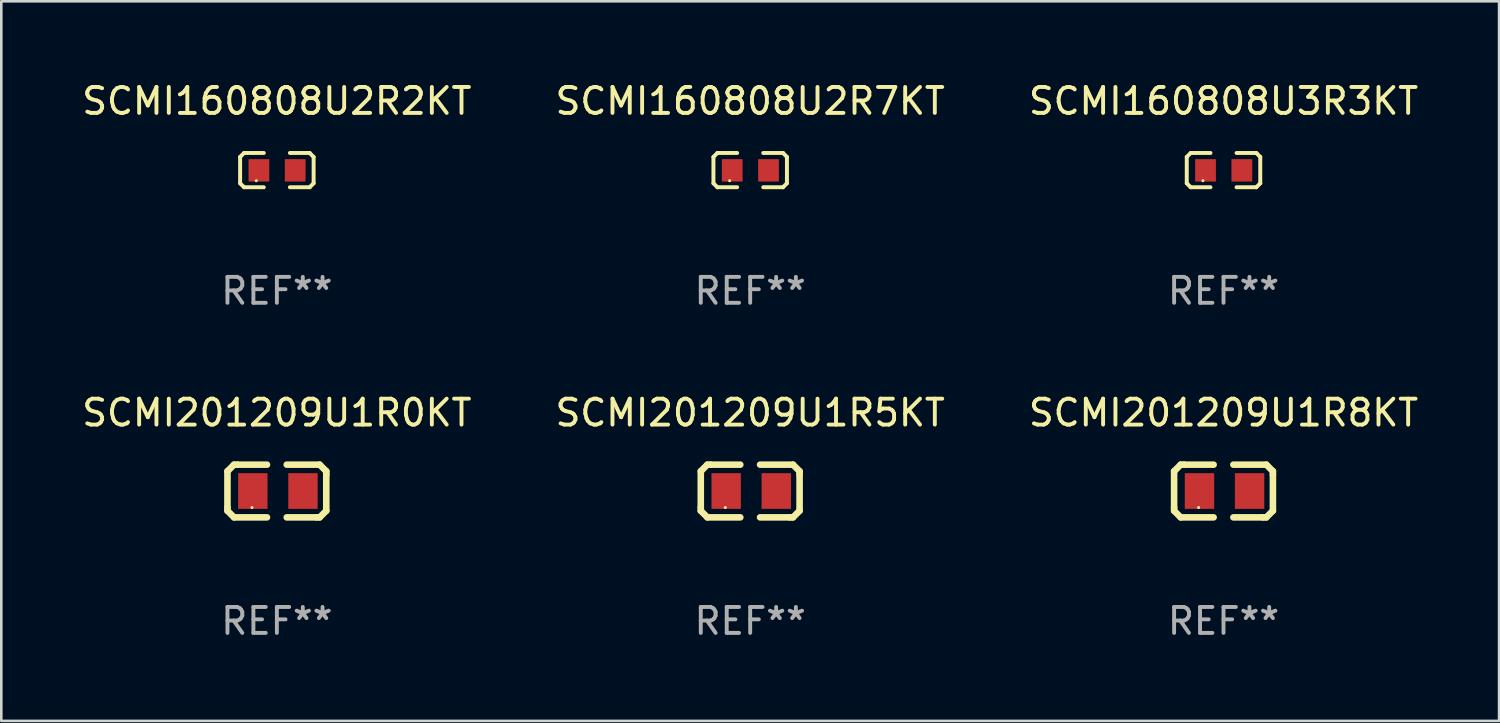
<source format=kicad_pcb>
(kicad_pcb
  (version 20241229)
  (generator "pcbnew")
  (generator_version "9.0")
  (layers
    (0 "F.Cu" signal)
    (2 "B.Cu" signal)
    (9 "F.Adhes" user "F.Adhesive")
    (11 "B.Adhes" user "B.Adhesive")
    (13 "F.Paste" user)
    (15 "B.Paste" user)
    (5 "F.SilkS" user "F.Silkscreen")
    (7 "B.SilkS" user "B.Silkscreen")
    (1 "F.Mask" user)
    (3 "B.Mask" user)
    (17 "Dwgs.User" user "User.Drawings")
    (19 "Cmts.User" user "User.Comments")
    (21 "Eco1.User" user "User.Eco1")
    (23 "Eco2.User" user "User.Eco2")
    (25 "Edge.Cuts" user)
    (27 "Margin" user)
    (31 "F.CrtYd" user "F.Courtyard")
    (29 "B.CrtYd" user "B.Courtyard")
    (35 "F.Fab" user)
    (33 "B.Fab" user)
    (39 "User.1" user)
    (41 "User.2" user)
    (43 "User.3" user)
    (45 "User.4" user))
  (footprint "SCMI160808U2R7KT"
    (layer "F.Cu")
    (at 25.875 3.509)
    (property "Reference" "SCMI160808U2R7KT" (at 0 -2.661 0) (layer "F.SilkS") (effects (font (size 1 1) (thickness 0.15))))
    (attr through_hole)
    (fp_line (start -1.417 -0.508) (end -1.265 -0.661) (stroke (width 0.152) (type solid)) (layer "F.SilkS"))
    (fp_line (start -1.417 0.508) (end -1.417 -0.508) (stroke (width 0.152) (type solid)) (layer "F.SilkS"))
    (fp_line (start -1.265 -0.661) (end -0.503 -0.661) (stroke (width 0.152) (type solid)) (layer "F.SilkS"))
    (fp_line (start -1.265 0.661) (end -1.417 0.508) (stroke (width 0.152) (type solid)) (layer "F.SilkS"))
    (fp_line (start -1.265 0.661) (end -0.503 0.661) (stroke (width 0.152) (type solid)) (layer "F.SilkS"))
    (fp_line (start 1.265 -0.661) (end 0.503 -0.661) (stroke (width 0.152) (type solid)) (layer "F.SilkS"))
    (fp_line (start 1.265 -0.661) (end 1.417 -0.508) (stroke (width 0.152) (type solid)) (layer "F.SilkS"))
    (fp_line (start 1.265 0.661) (end 0.503 0.661) (stroke (width 0.152) (type solid)) (layer "F.SilkS"))
    (fp_line (start 1.417 -0.508) (end 1.417 0.508) (stroke (width 0.152) (type solid)) (layer "F.SilkS"))
    (fp_line (start 1.417 0.508) (end 1.265 0.661) (stroke (width 0.152) (type solid)) (layer "F.SilkS"))
    (fp_circle (center -0.793 0.409) (end -0.763 0.409) (stroke (width 0.06) (type solid)) (fill no) (layer "F.SilkS"))
    (fp_text user "REF**" (at 0 4.661 0) (layer "F.Fab") (effects (font (size 1 1) (thickness 0.15))))
    (pad "1" smd rect (at -0.693 0.009 180) (size 0.8 0.864) (layers "F.Cu" "F.Mask" "F.Paste"))
    (pad "2" smd rect (at 0.707 0.009 180) (size 0.8 0.864) (layers "F.Cu" "F.Mask" "F.Paste")))
  (footprint "SCMI201209U1R5KT"
    (layer "F.Cu")
    (at 25.875 15.882)
    (property "Reference" "SCMI201209U1R5KT" (at 0 -3.016 0) (layer "F.SilkS") (effects (font (size 1 1) (thickness 0.15))))
    (attr through_hole)
    (fp_line (start -1.905 -0.762) (end -1.905 0.635) (stroke (width 0.254) (type solid)) (layer "F.SilkS"))
    (fp_line (start -1.905 0.635) (end -1.905 0.762) (stroke (width 0.254) (type solid)) (layer "F.SilkS"))
    (fp_line (start -1.905 0.762) (end -1.651 1.016) (stroke (width 0.254) (type solid)) (layer "F.SilkS"))
    (fp_line (start -1.651 -1.016) (end -1.905 -0.762) (stroke (width 0.254) (type solid)) (layer "F.SilkS"))
    (fp_line (start -1.651 1.016) (end -0.381 1.016) (stroke (width 0.254) (type solid)) (layer "F.SilkS"))
    (fp_line (start -1.524 -1.016) (end -1.651 -1.016) (stroke (width 0.254) (type solid)) (layer "F.SilkS"))
    (fp_line (start -0.381 -1.016) (end -1.524 -1.016) (stroke (width 0.254) (type solid)) (layer "F.SilkS"))
    (fp_line (start 0.381 1.016) (end 1.524 1.016) (stroke (width 0.254) (type solid)) (layer "F.SilkS"))
    (fp_line (start 1.524 1.016) (end 1.651 1.016) (stroke (width 0.254) (type solid)) (layer "F.SilkS"))
    (fp_line (start 1.651 -1.016) (end 0.381 -1.016) (stroke (width 0.254) (type solid)) (layer "F.SilkS"))
    (fp_line (start 1.651 1.016) (end 1.905 0.762) (stroke (width 0.254) (type solid)) (layer "F.SilkS"))
    (fp_line (start 1.905 -0.762) (end 1.651 -1.016) (stroke (width 0.254) (type solid)) (layer "F.SilkS"))
    (fp_line (start 1.905 -0.635) (end 1.905 -0.762) (stroke (width 0.254) (type solid)) (layer "F.SilkS"))
    (fp_line (start 1.905 0.762) (end 1.905 -0.635) (stroke (width 0.254) (type solid)) (layer "F.SilkS"))
    (fp_circle (center -0.96 0.637) (end -0.93 0.637) (stroke (width 0.06) (type solid)) (fill no) (layer "F.SilkS"))
    (fp_text user "REF**" (at 0 5.016 0) (layer "F.Fab") (effects (font (size 1 1) (thickness 0.15))))
    (pad "1" smd rect (at -0.926 -0.000051) (size 1.133 1.377) (layers "F.Cu" "F.Mask" "F.Paste"))
    (pad "2" smd rect (at 1.006 -0.000051) (size 1.133 1.377) (layers "F.Cu" "F.Mask" "F.Paste")))
  (footprint "SCMI160808U2R2KT"
    (layer "F.Cu")
    (at 7.625 3.509)
    (property "Reference" "SCMI160808U2R2KT" (at 0 -2.661 0) (layer "F.SilkS") (effects (font (size 1 1) (thickness 0.15))))
    (attr through_hole)
    (fp_line (start -1.417 -0.508) (end -1.265 -0.661) (stroke (width 0.152) (type solid)) (layer "F.SilkS"))
    (fp_line (start -1.417 0.508) (end -1.417 -0.508) (stroke (width 0.152) (type solid)) (layer "F.SilkS"))
    (fp_line (start -1.265 -0.661) (end -0.503 -0.661) (stroke (width 0.152) (type solid)) (layer "F.SilkS"))
    (fp_line (start -1.265 0.661) (end -1.417 0.508) (stroke (width 0.152) (type solid)) (layer "F.SilkS"))
    (fp_line (start -1.265 0.661) (end -0.503 0.661) (stroke (width 0.152) (type solid)) (layer "F.SilkS"))
    (fp_line (start 1.265 -0.661) (end 0.503 -0.661) (stroke (width 0.152) (type solid)) (layer "F.SilkS"))
    (fp_line (start 1.265 -0.661) (end 1.417 -0.508) (stroke (width 0.152) (type solid)) (layer "F.SilkS"))
    (fp_line (start 1.265 0.661) (end 0.503 0.661) (stroke (width 0.152) (type solid)) (layer "F.SilkS"))
    (fp_line (start 1.417 -0.508) (end 1.417 0.508) (stroke (width 0.152) (type solid)) (layer "F.SilkS"))
    (fp_line (start 1.417 0.508) (end 1.265 0.661) (stroke (width 0.152) (type solid)) (layer "F.SilkS"))
    (fp_circle (center -0.793 0.409) (end -0.763 0.409) (stroke (width 0.06) (type solid)) (fill no) (layer "F.SilkS"))
    (fp_text user "REF**" (at 0 4.661 0) (layer "F.Fab") (effects (font (size 1 1) (thickness 0.15))))
    (pad "1" smd rect (at -0.693 0.009 180) (size 0.8 0.864) (layers "F.Cu" "F.Mask" "F.Paste"))
    (pad "2" smd rect (at 0.707 0.009 180) (size 0.8 0.864) (layers "F.Cu" "F.Mask" "F.Paste")))
  (footprint "SCMI160808U3R3KT"
    (layer "F.Cu")
    (at 44.125 3.509)
    (property "Reference" "SCMI160808U3R3KT" (at 0 -2.661 0) (layer "F.SilkS") (effects (font (size 1 1) (thickness 0.15))))
    (attr through_hole)
    (fp_line (start -1.417 -0.508) (end -1.265 -0.661) (stroke (width 0.152) (type solid)) (layer "F.SilkS"))
    (fp_line (start -1.417 0.508) (end -1.417 -0.508) (stroke (width 0.152) (type solid)) (layer "F.SilkS"))
    (fp_line (start -1.265 -0.661) (end -0.503 -0.661) (stroke (width 0.152) (type solid)) (layer "F.SilkS"))
    (fp_line (start -1.265 0.661) (end -1.417 0.508) (stroke (width 0.152) (type solid)) (layer "F.SilkS"))
    (fp_line (start -1.265 0.661) (end -0.503 0.661) (stroke (width 0.152) (type solid)) (layer "F.SilkS"))
    (fp_line (start 1.265 -0.661) (end 0.503 -0.661) (stroke (width 0.152) (type solid)) (layer "F.SilkS"))
    (fp_line (start 1.265 -0.661) (end 1.417 -0.508) (stroke (width 0.152) (type solid)) (layer "F.SilkS"))
    (fp_line (start 1.265 0.661) (end 0.503 0.661) (stroke (width 0.152) (type solid)) (layer "F.SilkS"))
    (fp_line (start 1.417 -0.508) (end 1.417 0.508) (stroke (width 0.152) (type solid)) (layer "F.SilkS"))
    (fp_line (start 1.417 0.508) (end 1.265 0.661) (stroke (width 0.152) (type solid)) (layer "F.SilkS"))
    (fp_circle (center -0.793 0.409) (end -0.763 0.409) (stroke (width 0.06) (type solid)) (fill no) (layer "F.SilkS"))
    (fp_text user "REF**" (at 0 4.661 0) (layer "F.Fab") (effects (font (size 1 1) (thickness 0.15))))
    (pad "1" smd rect (at -0.693 0.009 180) (size 0.8 0.864) (layers "F.Cu" "F.Mask" "F.Paste"))
    (pad "2" smd rect (at 0.707 0.009 180) (size 0.8 0.864) (layers "F.Cu" "F.Mask" "F.Paste")))
  (footprint "SCMI201209U1R8KT"
    (layer "F.Cu")
    (at 44.125 15.882)
    (property "Reference" "SCMI201209U1R8KT" (at 0 -3.016 0) (layer "F.SilkS") (effects (font (size 1 1) (thickness 0.15))))
    (attr through_hole)
    (fp_line (start -1.905 -0.762) (end -1.905 0.635) (stroke (width 0.254) (type solid)) (layer "F.SilkS"))
    (fp_line (start -1.905 0.635) (end -1.905 0.762) (stroke (width 0.254) (type solid)) (layer "F.SilkS"))
    (fp_line (start -1.905 0.762) (end -1.651 1.016) (stroke (width 0.254) (type solid)) (layer "F.SilkS"))
    (fp_line (start -1.651 -1.016) (end -1.905 -0.762) (stroke (width 0.254) (type solid)) (layer "F.SilkS"))
    (fp_line (start -1.651 1.016) (end -0.381 1.016) (stroke (width 0.254) (type solid)) (layer "F.SilkS"))
    (fp_line (start -1.524 -1.016) (end -1.651 -1.016) (stroke (width 0.254) (type solid)) (layer "F.SilkS"))
    (fp_line (start -0.381 -1.016) (end -1.524 -1.016) (stroke (width 0.254) (type solid)) (layer "F.SilkS"))
    (fp_line (start 0.381 1.016) (end 1.524 1.016) (stroke (width 0.254) (type solid)) (layer "F.SilkS"))
    (fp_line (start 1.524 1.016) (end 1.651 1.016) (stroke (width 0.254) (type solid)) (layer "F.SilkS"))
    (fp_line (start 1.651 -1.016) (end 0.381 -1.016) (stroke (width 0.254) (type solid)) (layer "F.SilkS"))
    (fp_line (start 1.651 1.016) (end 1.905 0.762) (stroke (width 0.254) (type solid)) (layer "F.SilkS"))
    (fp_line (start 1.905 -0.762) (end 1.651 -1.016) (stroke (width 0.254) (type solid)) (layer "F.SilkS"))
    (fp_line (start 1.905 -0.635) (end 1.905 -0.762) (stroke (width 0.254) (type solid)) (layer "F.SilkS"))
    (fp_line (start 1.905 0.762) (end 1.905 -0.635) (stroke (width 0.254) (type solid)) (layer "F.SilkS"))
    (fp_circle (center -0.96 0.637) (end -0.93 0.637) (stroke (width 0.06) (type solid)) (fill no) (layer "F.SilkS"))
    (fp_text user "REF**" (at 0 5.016 0) (layer "F.Fab") (effects (font (size 1 1) (thickness 0.15))))
    (pad "1" smd rect (at -0.926 -0.000051) (size 1.133 1.377) (layers "F.Cu" "F.Mask" "F.Paste"))
    (pad "2" smd rect (at 1.006 -0.000051) (size 1.133 1.377) (layers "F.Cu" "F.Mask" "F.Paste")))
  (footprint "SCMI201209U1R0KT"
    (layer "F.Cu")
    (at 7.625 15.882)
    (property "Reference" "SCMI201209U1R0KT" (at 0 -3.016 0) (layer "F.SilkS") (effects (font (size 1 1) (thickness 0.15))))
    (attr through_hole)
    (fp_line (start -1.905 -0.762) (end -1.905 0.635) (stroke (width 0.254) (type solid)) (layer "F.SilkS"))
    (fp_line (start -1.905 0.635) (end -1.905 0.762) (stroke (width 0.254) (type solid)) (layer "F.SilkS"))
    (fp_line (start -1.905 0.762) (end -1.651 1.016) (stroke (width 0.254) (type solid)) (layer "F.SilkS"))
    (fp_line (start -1.651 -1.016) (end -1.905 -0.762) (stroke (width 0.254) (type solid)) (layer "F.SilkS"))
    (fp_line (start -1.651 1.016) (end -0.381 1.016) (stroke (width 0.254) (type solid)) (layer "F.SilkS"))
    (fp_line (start -1.524 -1.016) (end -1.651 -1.016) (stroke (width 0.254) (type solid)) (layer "F.SilkS"))
    (fp_line (start -0.381 -1.016) (end -1.524 -1.016) (stroke (width 0.254) (type solid)) (layer "F.SilkS"))
    (fp_line (start 0.381 1.016) (end 1.524 1.016) (stroke (width 0.254) (type solid)) (layer "F.SilkS"))
    (fp_line (start 1.524 1.016) (end 1.651 1.016) (stroke (width 0.254) (type solid)) (layer "F.SilkS"))
    (fp_line (start 1.651 -1.016) (end 0.381 -1.016) (stroke (width 0.254) (type solid)) (layer "F.SilkS"))
    (fp_line (start 1.651 1.016) (end 1.905 0.762) (stroke (width 0.254) (type solid)) (layer "F.SilkS"))
    (fp_line (start 1.905 -0.762) (end 1.651 -1.016) (stroke (width 0.254) (type solid)) (layer "F.SilkS"))
    (fp_line (start 1.905 -0.635) (end 1.905 -0.762) (stroke (width 0.254) (type solid)) (layer "F.SilkS"))
    (fp_line (start 1.905 0.762) (end 1.905 -0.635) (stroke (width 0.254) (type solid)) (layer "F.SilkS"))
    (fp_circle (center -0.96 0.637) (end -0.93 0.637) (stroke (width 0.06) (type solid)) (fill no) (layer "F.SilkS"))
    (fp_text user "REF**" (at 0 5.016 0) (layer "F.Fab") (effects (font (size 1 1) (thickness 0.15))))
    (pad "1" smd rect (at -0.926 -0.000051) (size 1.133 1.377) (layers "F.Cu" "F.Mask" "F.Paste"))
    (pad "2" smd rect (at 1.006 -0.000051) (size 1.133 1.377) (layers "F.Cu" "F.Mask" "F.Paste")))
  (gr_rect
    (start -3 -3)
    (end 54.75 24.746)
    (stroke (width 0.1) (type default))
    (fill no)
    (layer "Edge.Cuts")))
</source>
